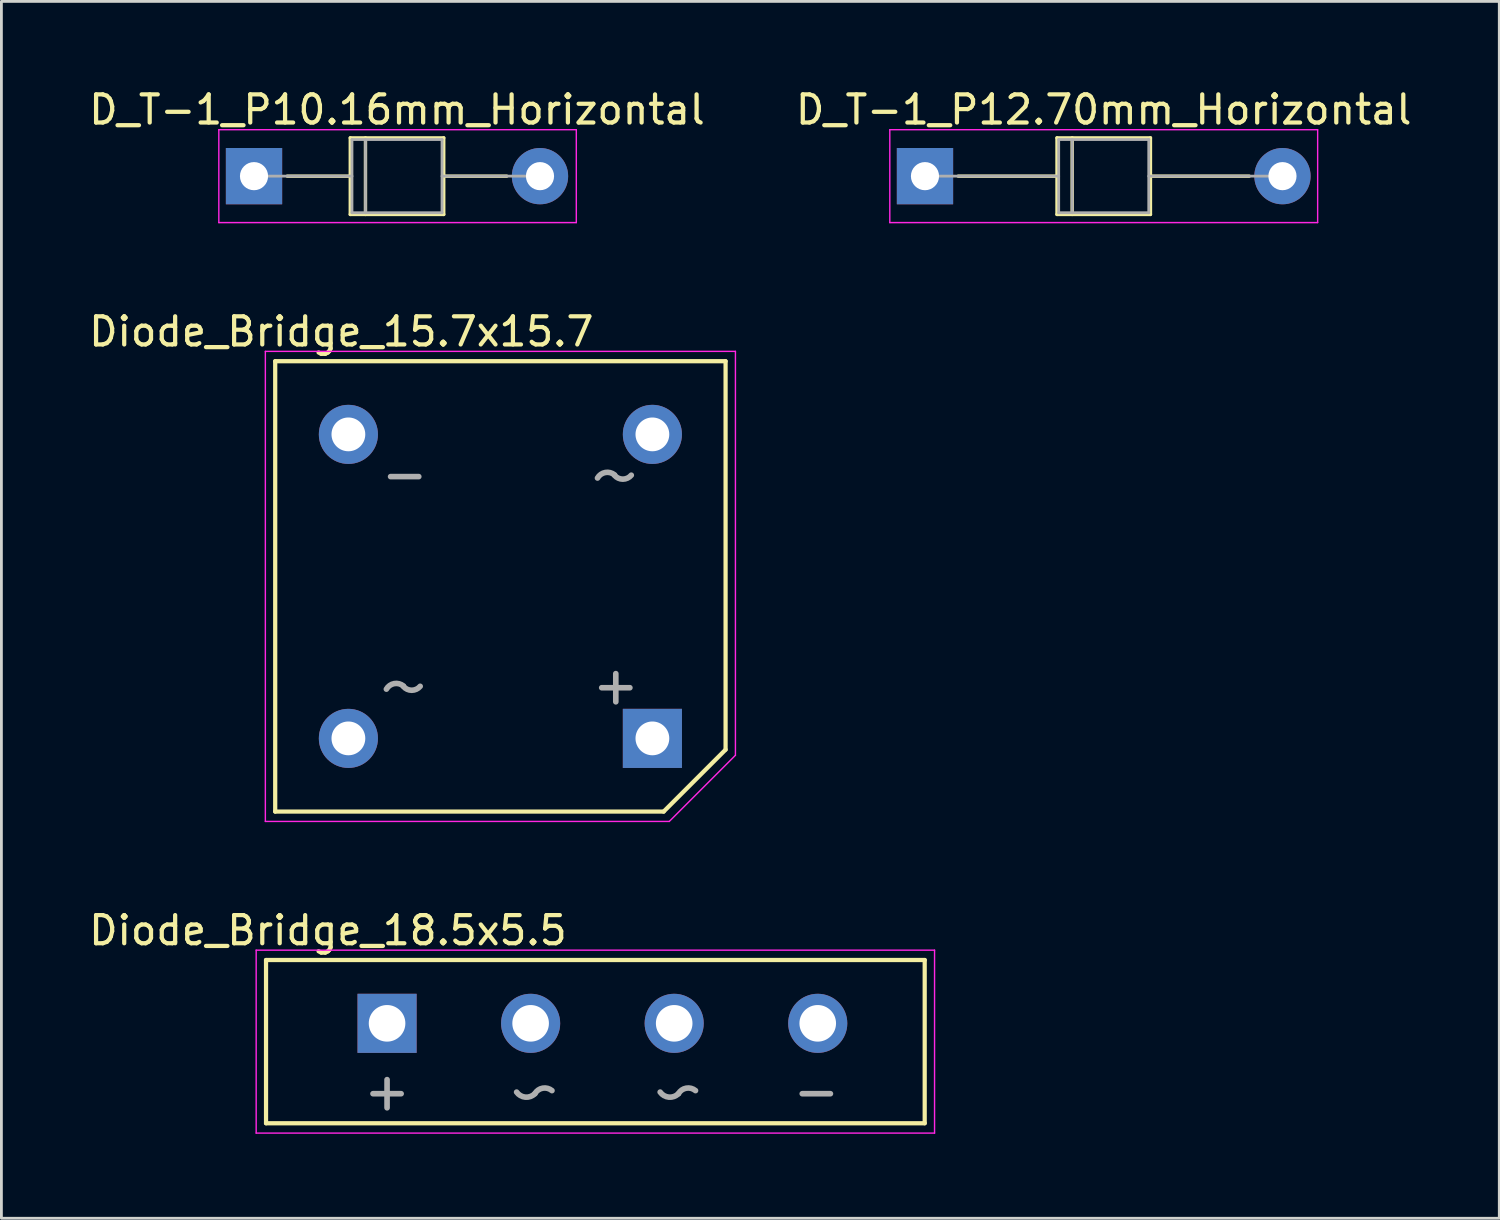
<source format=kicad_pcb>
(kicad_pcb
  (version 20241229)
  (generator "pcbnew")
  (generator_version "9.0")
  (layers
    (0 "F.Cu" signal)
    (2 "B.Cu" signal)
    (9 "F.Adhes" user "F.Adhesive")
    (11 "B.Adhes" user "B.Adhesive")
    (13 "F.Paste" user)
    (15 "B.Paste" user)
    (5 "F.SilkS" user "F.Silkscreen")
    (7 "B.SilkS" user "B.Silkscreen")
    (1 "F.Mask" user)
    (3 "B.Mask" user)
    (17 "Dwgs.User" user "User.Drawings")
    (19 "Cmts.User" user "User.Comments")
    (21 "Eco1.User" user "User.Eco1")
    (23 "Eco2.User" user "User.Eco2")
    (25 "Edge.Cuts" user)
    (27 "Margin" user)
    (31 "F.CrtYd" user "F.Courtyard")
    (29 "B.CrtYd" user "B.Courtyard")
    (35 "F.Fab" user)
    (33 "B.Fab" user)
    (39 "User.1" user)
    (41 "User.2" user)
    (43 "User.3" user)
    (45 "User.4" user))
  (footprint "D_T-1_P12.70mm_Horizontal"
    (layer "F.Cu")
    (at 29.811 3.208)
    (property "Reference" "D_T-1_P12.70mm_Horizontal" (at 6.35 -2.36 0) (layer "F.SilkS") (effects (font (size 1 1) (thickness 0.15))))
    (attr through_hole)
    (fp_line (start 1.18 0) (end 4.69 0) (stroke (width 0.12) (type solid)) (layer "F.SilkS"))
    (fp_line (start 4.69 -1.36) (end 4.69 1.36) (stroke (width 0.12) (type solid)) (layer "F.SilkS"))
    (fp_line (start 4.69 1.36) (end 8.01 1.36) (stroke (width 0.12) (type solid)) (layer "F.SilkS"))
    (fp_line (start 5.23 -1.36) (end 5.23 1.36) (stroke (width 0.12) (type solid)) (layer "F.SilkS"))
    (fp_line (start 8.01 -1.36) (end 4.69 -1.36) (stroke (width 0.12) (type solid)) (layer "F.SilkS"))
    (fp_line (start 8.01 1.36) (end 8.01 -1.36) (stroke (width 0.12) (type solid)) (layer "F.SilkS"))
    (fp_line (start 11.52 0) (end 8.01 0) (stroke (width 0.12) (type solid)) (layer "F.SilkS"))
    (fp_line (start -1.25 -1.65) (end -1.25 1.65) (stroke (width 0.05) (type solid)) (layer "F.CrtYd"))
    (fp_line (start -1.25 1.65) (end 13.95 1.65) (stroke (width 0.05) (type solid)) (layer "F.CrtYd"))
    (fp_line (start 13.95 -1.65) (end -1.25 -1.65) (stroke (width 0.05) (type solid)) (layer "F.CrtYd"))
    (fp_line (start 13.95 1.65) (end 13.95 -1.65) (stroke (width 0.05) (type solid)) (layer "F.CrtYd"))
    (fp_line (start 0 0) (end 4.75 0) (stroke (width 0.1) (type solid)) (layer "F.Fab"))
    (fp_line (start 4.75 -1.3) (end 4.75 1.3) (stroke (width 0.1) (type solid)) (layer "F.Fab"))
    (fp_line (start 4.75 1.3) (end 7.95 1.3) (stroke (width 0.1) (type solid)) (layer "F.Fab"))
    (fp_line (start 5.23 -1.3) (end 5.23 1.3) (stroke (width 0.1) (type solid)) (layer "F.Fab"))
    (fp_line (start 7.95 -1.3) (end 4.75 -1.3) (stroke (width 0.1) (type solid)) (layer "F.Fab"))
    (fp_line (start 7.95 1.3) (end 7.95 -1.3) (stroke (width 0.1) (type solid)) (layer "F.Fab"))
    (fp_line (start 12.7 0) (end 7.95 0) (stroke (width 0.1) (type solid)) (layer "F.Fab"))
    (pad "1" thru_hole rect (at 0 0) (size 2 2) (drill 1) (layers "*.Cu" "*.Mask"))
    (pad "2" thru_hole oval (at 12.7 0) (size 2 2) (drill 1) (layers "*.Cu" "*.Mask")))
  (footprint "Diode_Bridge_15.7x15.7"
    (layer "F.Cu")
    (at 9.327 12.382)
    (property "Reference" "Diode_Bridge_15.7x15.7" (at -0.25 -3.65 0) (layer "F.SilkS") (effects (font (size 1 1) (thickness 0.15))))
    (attr through_hole)
    (fp_line (start -2.6 -2.6) (end 13.4 -2.6) (stroke (width 0.15) (type solid)) (layer "F.SilkS"))
    (fp_line (start -2.6 13.4) (end -2.6 -2.6) (stroke (width 0.15) (type solid)) (layer "F.SilkS"))
    (fp_line (start 11.2 13.4) (end -2.6 13.4) (stroke (width 0.15) (type solid)) (layer "F.SilkS"))
    (fp_line (start 13.4 -2.6) (end 13.4 11.2) (stroke (width 0.15) (type solid)) (layer "F.SilkS"))
    (fp_line (start 13.4 11.2) (end 11.2 13.4) (stroke (width 0.15) (type solid)) (layer "F.SilkS"))
    (fp_line (start -2.95 -2.95) (end 13.75 -2.95) (stroke (width 0.05) (type solid)) (layer "F.CrtYd"))
    (fp_line (start -2.95 13.75) (end -2.95 -2.95) (stroke (width 0.05) (type solid)) (layer "F.CrtYd"))
    (fp_line (start 11.4 13.75) (end -2.95 13.75) (stroke (width 0.05) (type solid)) (layer "F.CrtYd"))
    (fp_line (start 13.75 -2.95) (end 13.75 11.4) (stroke (width 0.05) (type solid)) (layer "F.CrtYd"))
    (fp_line (start 13.75 11.4) (end 11.4 13.75) (stroke (width 0.05) (type solid)) (layer "F.CrtYd"))
    (fp_line (start 2.5 1.5) (end 1.5 1.5) (stroke (width 0.2) (type solid)) (layer "F.Fab"))
    (fp_line (start 9 9) (end 10 9) (stroke (width 0.2) (type solid)) (layer "F.Fab"))
    (fp_line (start 9.5 8.5) (end 9.5 9.5) (stroke (width 0.2) (type solid)) (layer "F.Fab"))
    (fp_arc (start 1.35 9.05) (mid 1.628233 8.853327) (end 1.957738 8.940047) (stroke (width 0.2) (type solid)) (layer "F.Fab"))
    (fp_arc (start 2.55 8.95) (mid 2.251325 9.09051) (end 1.951704 8.95203) (stroke (width 0.2) (type solid)) (layer "F.Fab"))
    (fp_arc (start 8.85 1.55) (mid 9.128233 1.353327) (end 9.457738 1.440047) (stroke (width 0.2) (type solid)) (layer "F.Fab"))
    (fp_arc (start 10.05 1.45) (mid 9.751325 1.59051) (end 9.451704 1.45203) (stroke (width 0.2) (type solid)) (layer "F.Fab"))
    (pad "1" thru_hole circle (at 0 0) (size 2.1 2.1) (drill 1.2) (layers "*.Cu" "*.Mask"))
    (pad "2" thru_hole circle (at 0 10.8) (size 2.1 2.1) (drill 1.2) (layers "*.Cu" "*.Mask"))
    (pad "3" thru_hole rect (at 10.8 10.8) (size 2.1 2.1) (drill 1.2) (layers "*.Cu" "*.Mask"))
    (pad "4" thru_hole circle (at 10.8 0) (size 2.1 2.1) (drill 1.2) (layers "*.Cu" "*.Mask")))
  (footprint "D_T-1_P10.16mm_Horizontal"
    (layer "F.Cu")
    (at 5.974 3.208)
    (property "Reference" "D_T-1_P10.16mm_Horizontal" (at 5.08 -2.36 0) (layer "F.SilkS") (effects (font (size 1 1) (thickness 0.15))))
    (attr through_hole)
    (fp_line (start 1.18 0) (end 3.42 0) (stroke (width 0.12) (type solid)) (layer "F.SilkS"))
    (fp_line (start 3.42 -1.36) (end 3.42 1.36) (stroke (width 0.12) (type solid)) (layer "F.SilkS"))
    (fp_line (start 3.42 1.36) (end 6.74 1.36) (stroke (width 0.12) (type solid)) (layer "F.SilkS"))
    (fp_line (start 3.96 -1.36) (end 3.96 1.36) (stroke (width 0.12) (type solid)) (layer "F.SilkS"))
    (fp_line (start 6.74 -1.36) (end 3.42 -1.36) (stroke (width 0.12) (type solid)) (layer "F.SilkS"))
    (fp_line (start 6.74 1.36) (end 6.74 -1.36) (stroke (width 0.12) (type solid)) (layer "F.SilkS"))
    (fp_line (start 8.98 0) (end 6.74 0) (stroke (width 0.12) (type solid)) (layer "F.SilkS"))
    (fp_line (start -1.25 -1.65) (end -1.25 1.65) (stroke (width 0.05) (type solid)) (layer "F.CrtYd"))
    (fp_line (start -1.25 1.65) (end 11.45 1.65) (stroke (width 0.05) (type solid)) (layer "F.CrtYd"))
    (fp_line (start 11.45 -1.65) (end -1.25 -1.65) (stroke (width 0.05) (type solid)) (layer "F.CrtYd"))
    (fp_line (start 11.45 1.65) (end 11.45 -1.65) (stroke (width 0.05) (type solid)) (layer "F.CrtYd"))
    (fp_line (start 0 0) (end 3.48 0) (stroke (width 0.1) (type solid)) (layer "F.Fab"))
    (fp_line (start 3.48 -1.3) (end 3.48 1.3) (stroke (width 0.1) (type solid)) (layer "F.Fab"))
    (fp_line (start 3.48 1.3) (end 6.68 1.3) (stroke (width 0.1) (type solid)) (layer "F.Fab"))
    (fp_line (start 3.96 -1.3) (end 3.96 1.3) (stroke (width 0.1) (type solid)) (layer "F.Fab"))
    (fp_line (start 6.68 -1.3) (end 3.48 -1.3) (stroke (width 0.1) (type solid)) (layer "F.Fab"))
    (fp_line (start 6.68 1.3) (end 6.68 -1.3) (stroke (width 0.1) (type solid)) (layer "F.Fab"))
    (fp_line (start 10.16 0) (end 6.68 0) (stroke (width 0.1) (type solid)) (layer "F.Fab"))
    (pad "1" thru_hole rect (at 0 0) (size 2 2) (drill 1) (layers "*.Cu" "*.Mask"))
    (pad "2" thru_hole oval (at 10.16 0) (size 2 2) (drill 1) (layers "*.Cu" "*.Mask")))
  (footprint "Diode_Bridge_18.5x5.5"
    (layer "F.Cu")
    (at 10.701 33.305)
    (property "Reference" "Diode_Bridge_18.5x5.5" (at -2.1 -3.3 0) (layer "F.SilkS") (effects (font (size 1 1) (thickness 0.15))))
    (attr through_hole)
    (fp_line (start -4.3 -2.25) (end 19.1 -2.25) (stroke (width 0.15) (type solid)) (layer "F.SilkS"))
    (fp_line (start -4.3 3.55) (end -4.3 -2.25) (stroke (width 0.15) (type solid)) (layer "F.SilkS"))
    (fp_line (start 19.1 -2.25) (end 19.1 3.55) (stroke (width 0.15) (type solid)) (layer "F.SilkS"))
    (fp_line (start 19.1 3.55) (end -4.3 3.55) (stroke (width 0.15) (type solid)) (layer "F.SilkS"))
    (fp_line (start -4.65 -2.6) (end 19.45 -2.6) (stroke (width 0.05) (type solid)) (layer "F.CrtYd"))
    (fp_line (start -4.65 3.9) (end -4.65 -2.6) (stroke (width 0.05) (type solid)) (layer "F.CrtYd"))
    (fp_line (start 19.45 -2.6) (end 19.45 3.9) (stroke (width 0.05) (type solid)) (layer "F.CrtYd"))
    (fp_line (start 19.45 3.9) (end -4.65 3.9) (stroke (width 0.05) (type solid)) (layer "F.CrtYd"))
    (fp_line (start -0.5 2.5) (end 0.5 2.5) (stroke (width 0.2) (type solid)) (layer "F.Fab"))
    (fp_line (start 0 2) (end 0 3) (stroke (width 0.2) (type solid)) (layer "F.Fab"))
    (fp_line (start 14.75 2.5) (end 15.75 2.5) (stroke (width 0.2) (type solid)) (layer "F.Fab"))
    (fp_arc (start 5.25 2.5) (mid 4.913023 2.62265) (end 4.602463 2.443348) (stroke (width 0.2) (type solid)) (layer "F.Fab"))
    (fp_arc (start 5.25 2.5) (mid 5.528233 2.303327) (end 5.857738 2.390047) (stroke (width 0.2) (type solid)) (layer "F.Fab"))
    (fp_arc (start 10.35 2.5) (mid 10.013023 2.62265) (end 9.702463 2.443348) (stroke (width 0.2) (type solid)) (layer "F.Fab"))
    (fp_arc (start 10.35 2.5) (mid 10.628233 2.303327) (end 10.957738 2.390047) (stroke (width 0.2) (type solid)) (layer "F.Fab"))
    (pad "1" thru_hole circle (at 15.3 0) (size 2.1 2.1) (drill 1.3) (layers "*.Cu" "*.Mask"))
    (pad "2" thru_hole circle (at 5.1 0) (size 2.1 2.1) (drill 1.3) (layers "*.Cu" "*.Mask"))
    (pad "3" thru_hole rect (at 0 0) (size 2.1 2.1) (drill 1.3) (layers "*.Cu" "*.Mask"))
    (pad "4" thru_hole circle (at 10.2 0) (size 2.1 2.1) (drill 1.3) (layers "*.Cu" "*.Mask")))
  (gr_rect
    (start -3 -3)
    (end 50.214 40.23)
    (stroke (width 0.1) (type default))
    (fill no)
    (layer "Edge.Cuts")))
</source>
